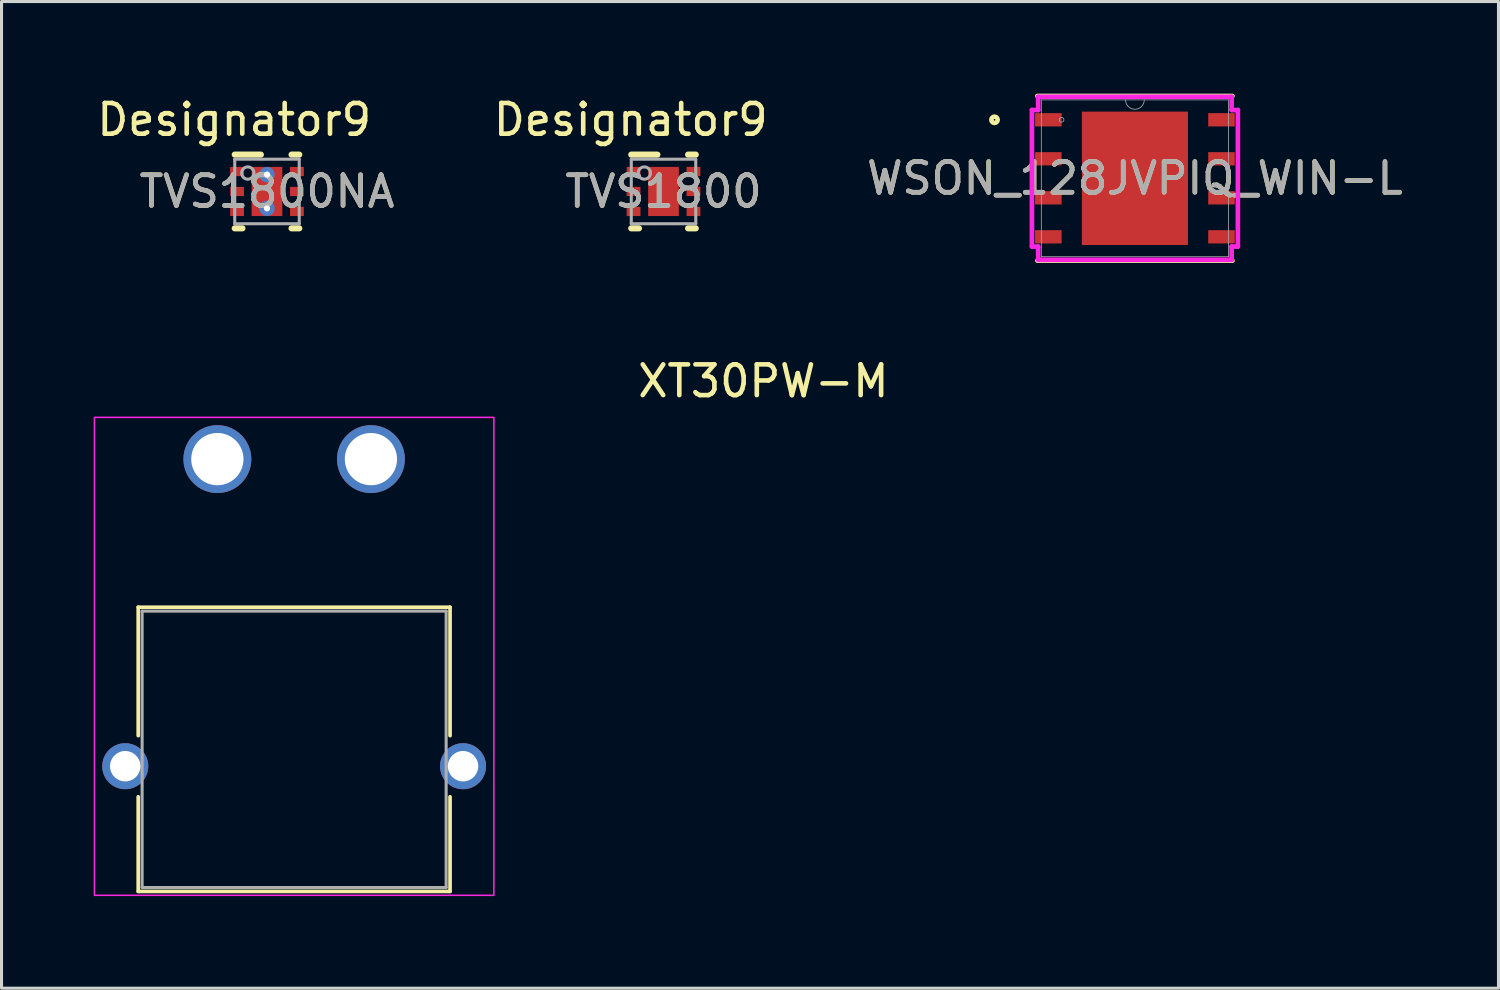
<source format=kicad_pcb>
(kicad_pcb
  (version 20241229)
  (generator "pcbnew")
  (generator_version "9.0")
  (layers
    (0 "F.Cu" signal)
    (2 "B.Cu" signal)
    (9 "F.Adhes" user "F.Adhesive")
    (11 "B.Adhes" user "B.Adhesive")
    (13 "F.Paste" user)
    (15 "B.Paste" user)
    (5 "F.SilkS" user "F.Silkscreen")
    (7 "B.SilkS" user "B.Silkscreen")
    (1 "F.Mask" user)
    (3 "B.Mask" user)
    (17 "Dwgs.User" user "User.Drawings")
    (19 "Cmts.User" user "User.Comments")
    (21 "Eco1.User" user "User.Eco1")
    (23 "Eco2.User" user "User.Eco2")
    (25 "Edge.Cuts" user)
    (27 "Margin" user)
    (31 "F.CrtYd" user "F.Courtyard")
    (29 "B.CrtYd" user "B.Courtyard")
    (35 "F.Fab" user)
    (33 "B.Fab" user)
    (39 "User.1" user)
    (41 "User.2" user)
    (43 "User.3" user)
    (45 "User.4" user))
  (footprint "TVS1800"
    (layer "F.Cu")
    (at 18.556 3.185)
    (property "Reference" "TVS1800" (at 0 0 0) (unlocked yes) (layer "F.SilkS") (effects (font (size 1 1) (thickness 0.15))))
    (attr smd)
    (fp_line (start -1.05 -1.2) (end -0.2 -1.2) (stroke (width 0.2) (type solid)) (layer "F.SilkS"))
    (fp_line (start -1.05 1.2) (end -0.8 1.2) (stroke (width 0.2) (type solid)) (layer "F.SilkS"))
    (fp_line (start 0.8 -1.2) (end 1.05 -1.2) (stroke (width 0.2) (type solid)) (layer "F.SilkS"))
    (fp_line (start 0.8 1.2) (end 1.05 1.2) (stroke (width 0.2) (type solid)) (layer "F.SilkS"))
    (fp_poly (pts (xy -0.5 -0.149) (xy -0.5 -0.751) (xy -0.499 -0.761) (xy -0.496 -0.77) (xy -0.492 -0.778) (xy -0.486 -0.786) (xy -0.478 -0.792) (xy -0.47 -0.796) (xy -0.461 -0.799) (xy -0.451 -0.8) (xy 0.451 -0.8) (xy 0.461 -0.799) (xy 0.47 -0.796) (xy 0.478 -0.792) (xy 0.486 -0.786) (xy 0.492 -0.778) (xy 0.496 -0.77) (xy 0.499 -0.761) (xy 0.5 -0.751) (xy 0.5 -0.149) (xy 0.499 -0.139) (xy 0.496 -0.13) (xy 0.492 -0.122) (xy 0.486 -0.114) (xy 0.478 -0.108) (xy 0.47 -0.104) (xy 0.461 -0.101) (xy 0.451 -0.1) (xy -0.451 -0.1) (xy -0.461 -0.101) (xy -0.47 -0.104) (xy -0.478 -0.108) (xy -0.486 -0.114) (xy -0.492 -0.122) (xy -0.496 -0.13) (xy -0.499 -0.139)) (stroke (width 0) (type solid)) (fill yes) (layer "F.Paste"))
    (fp_poly (pts (xy -0.5 0.751) (xy -0.5 0.149) (xy -0.499 0.139) (xy -0.496 0.13) (xy -0.492 0.122) (xy -0.486 0.114) (xy -0.478 0.108) (xy -0.47 0.104) (xy -0.461 0.101) (xy -0.451 0.1) (xy 0.451 0.1) (xy 0.461 0.101) (xy 0.47 0.104) (xy 0.478 0.108) (xy 0.486 0.114) (xy 0.492 0.122) (xy 0.496 0.13) (xy 0.499 0.139) (xy 0.5 0.149) (xy 0.5 0.751) (xy 0.499 0.761) (xy 0.496 0.77) (xy 0.492 0.778) (xy 0.486 0.786) (xy 0.478 0.792) (xy 0.47 0.796) (xy 0.461 0.799) (xy 0.451 0.8) (xy -0.451 0.8) (xy -0.461 0.799) (xy -0.47 0.796) (xy -0.478 0.792) (xy -0.486 0.786) (xy -0.492 0.778) (xy -0.496 0.77) (xy -0.499 0.761)) (stroke (width 0) (type solid)) (fill yes) (layer "F.Paste"))
    (fp_line (start -1.05 -1.05) (end 1.05 -1.05) (stroke (width 0.1) (type solid)) (layer "F.Fab"))
    (fp_line (start -1.05 1.05) (end -1.05 -1.05) (stroke (width 0.1) (type solid)) (layer "F.Fab"))
    (fp_line (start -1.05 1.05) (end 1.05 1.05) (stroke (width 0.1) (type solid)) (layer "F.Fab"))
    (fp_line (start 1.05 1.05) (end 1.05 -1.05) (stroke (width 0.1) (type solid)) (layer "F.Fab"))
    (fp_circle (center -0.625 -0.6) (end -0.425 -0.6) (stroke (width 0.1) (type solid)) (fill no) (layer "F.Fab"))
    (fp_text user "Designator9" (at -1.067 -2.337 0) (unlocked yes) (layer "F.SilkS") (effects (font (size 1 1) (thickness 0.15))))
    (fp_text user "${REFERENCE}" (at 0 0 0) (unlocked yes) (layer "F.Fab") (effects (font (size 1 1) (thickness 0.15))))
    (pad "1" smd rect (at -0.975 -0.65 90) (size 0.3 0.45) (layers "F.Cu" "F.Mask" "F.Paste"))
    (pad "2" smd rect (at -0.975 0 90) (size 0.3 0.45) (layers "F.Cu" "F.Mask" "F.Paste"))
    (pad "3" smd rect (at -0.975 0.65 90) (size 0.3 0.45) (layers "F.Cu" "F.Mask" "F.Paste"))
    (pad "4" smd rect (at 0.975 0.65 90) (size 0.3 0.45) (layers "F.Cu" "F.Mask" "F.Paste"))
    (pad "5" smd rect (at 0.975 0 90) (size 0.3 0.45) (layers "F.Cu" "F.Mask" "F.Paste"))
    (pad "6" smd rect (at 0.975 -0.65 90) (size 0.3 0.45) (layers "F.Cu" "F.Mask" "F.Paste"))
    (pad "7" smd rect (at 0 0) (size 1 1.6) (layers "F.Cu" "F.Mask" "F.Paste")))
  (footprint "TVS1800NA"
    (layer "F.Cu")
    (at 5.644 3.185)
    (property "Reference" "TVS1800NA" (at 0 0 0) (unlocked yes) (layer "F.SilkS") (effects (font (size 1 1) (thickness 0.15))))
    (attr smd)
    (fp_line (start -1.05 -1.2) (end -0.2 -1.2) (stroke (width 0.2) (type solid)) (layer "F.SilkS"))
    (fp_line (start -1.05 1.2) (end -0.8 1.2) (stroke (width 0.2) (type solid)) (layer "F.SilkS"))
    (fp_line (start 0.8 -1.2) (end 1.05 -1.2) (stroke (width 0.2) (type solid)) (layer "F.SilkS"))
    (fp_line (start 0.8 1.2) (end 1.05 1.2) (stroke (width 0.2) (type solid)) (layer "F.SilkS"))
    (fp_poly (pts (xy -0.5 -0.149) (xy -0.5 -0.751) (xy -0.499 -0.761) (xy -0.496 -0.77) (xy -0.492 -0.778) (xy -0.486 -0.786) (xy -0.478 -0.792) (xy -0.47 -0.796) (xy -0.461 -0.799) (xy -0.451 -0.8) (xy 0.451 -0.8) (xy 0.461 -0.799) (xy 0.47 -0.796) (xy 0.478 -0.792) (xy 0.486 -0.786) (xy 0.492 -0.778) (xy 0.496 -0.77) (xy 0.499 -0.761) (xy 0.5 -0.751) (xy 0.5 -0.149) (xy 0.499 -0.139) (xy 0.496 -0.13) (xy 0.492 -0.122) (xy 0.486 -0.114) (xy 0.478 -0.108) (xy 0.47 -0.104) (xy 0.461 -0.101) (xy 0.451 -0.1) (xy -0.451 -0.1) (xy -0.461 -0.101) (xy -0.47 -0.104) (xy -0.478 -0.108) (xy -0.486 -0.114) (xy -0.492 -0.122) (xy -0.496 -0.13) (xy -0.499 -0.139)) (stroke (width 0) (type solid)) (fill yes) (layer "F.Paste"))
    (fp_poly (pts (xy -0.5 0.751) (xy -0.5 0.149) (xy -0.499 0.139) (xy -0.496 0.13) (xy -0.492 0.122) (xy -0.486 0.114) (xy -0.478 0.108) (xy -0.47 0.104) (xy -0.461 0.101) (xy -0.451 0.1) (xy 0.451 0.1) (xy 0.461 0.101) (xy 0.47 0.104) (xy 0.478 0.108) (xy 0.486 0.114) (xy 0.492 0.122) (xy 0.496 0.13) (xy 0.499 0.139) (xy 0.5 0.149) (xy 0.5 0.751) (xy 0.499 0.761) (xy 0.496 0.77) (xy 0.492 0.778) (xy 0.486 0.786) (xy 0.478 0.792) (xy 0.47 0.796) (xy 0.461 0.799) (xy 0.451 0.8) (xy -0.451 0.8) (xy -0.461 0.799) (xy -0.47 0.796) (xy -0.478 0.792) (xy -0.486 0.786) (xy -0.492 0.778) (xy -0.496 0.77) (xy -0.499 0.761)) (stroke (width 0) (type solid)) (fill yes) (layer "F.Paste"))
    (fp_line (start -1.05 -1.05) (end 1.05 -1.05) (stroke (width 0.1) (type solid)) (layer "F.Fab"))
    (fp_line (start -1.05 1.05) (end -1.05 -1.05) (stroke (width 0.1) (type solid)) (layer "F.Fab"))
    (fp_line (start -1.05 1.05) (end 1.05 1.05) (stroke (width 0.1) (type solid)) (layer "F.Fab"))
    (fp_line (start 1.05 1.05) (end 1.05 -1.05) (stroke (width 0.1) (type solid)) (layer "F.Fab"))
    (fp_circle (center -0.625 -0.6) (end -0.425 -0.6) (stroke (width 0.1) (type solid)) (fill no) (layer "F.Fab"))
    (fp_text user "Designator9" (at -1.067 -2.337 0) (unlocked yes) (layer "F.SilkS") (effects (font (size 1 1) (thickness 0.15))))
    (fp_text user "${REFERENCE}" (at 0 0 0) (unlocked yes) (layer "F.Fab") (effects (font (size 1 1) (thickness 0.15))))
    (pad "1" smd rect (at -0.975 -0.65 90) (size 0.3 0.45) (layers "F.Cu" "F.Mask" "F.Paste"))
    (pad "2" smd rect (at -0.975 0 90) (size 0.3 0.45) (layers "F.Cu" "F.Mask" "F.Paste"))
    (pad "3" smd rect (at -0.975 0.65 90) (size 0.3 0.45) (layers "F.Cu" "F.Mask" "F.Paste"))
    (pad "4" smd rect (at 0.975 0.65 90) (size 0.3 0.45) (layers "F.Cu" "F.Mask" "F.Paste"))
    (pad "5" smd rect (at 0.975 0 90) (size 0.3 0.45) (layers "F.Cu" "F.Mask" "F.Paste"))
    (pad "6" smd rect (at 0.975 -0.65 90) (size 0.3 0.45) (layers "F.Cu" "F.Mask" "F.Paste"))
    (pad "7" smd rect (at 0 0) (size 1 1.6) (layers "F.Cu" "F.Mask" "F.Paste"))
    (pad "V" thru_hole circle (at 0 -0.55) (size 0.5 0.5) (drill 0.203) (layers "*.Cu" "*.Mask"))
    (pad "V" thru_hole circle (at 0 0.55) (size 0.5 0.5) (drill 0.203) (layers "*.Cu" "*.Mask")))
  (footprint "WSON_128JVPIQ_WIN-L"
    (layer "F.Cu")
    (at 33.906 2.756)
    (property "Reference" "WSON_128JVPIQ_WIN-L" (at 0 0 0) (unlocked yes) (layer "F.SilkS") (effects (font (size 1 1) (thickness 0.15))))
    (attr smd)
    (fp_line (start -3.175 2.68) (end 3.175 2.68) (stroke (width 0.152) (type solid)) (layer "F.SilkS"))
    (fp_line (start 3.175 -2.68) (end -3.175 -2.68) (stroke (width 0.152) (type solid)) (layer "F.SilkS"))
    (fp_circle (center -4.572 -1.905) (end -4.47 -1.905) (stroke (width 0.152) (type solid)) (fill no) (layer "F.SilkS"))
    (fp_poly (pts (xy -1.627 -2.072) (xy -1.627 -0.824) (xy -0.1 -0.824) (xy -0.1 -2.072)) (stroke (width 0) (type solid)) (fill yes) (layer "F.Paste"))
    (fp_poly (pts (xy -1.627 -0.624) (xy -1.627 0.624) (xy -0.1 0.624) (xy -0.1 -0.624)) (stroke (width 0) (type solid)) (fill yes) (layer "F.Paste"))
    (fp_poly (pts (xy -1.627 0.824) (xy -1.627 2.072) (xy -0.1 2.072) (xy -0.1 0.824)) (stroke (width 0) (type solid)) (fill yes) (layer "F.Paste"))
    (fp_poly (pts (xy 0.1 -2.072) (xy 0.1 -0.824) (xy 1.627 -0.824) (xy 1.627 -2.072)) (stroke (width 0) (type solid)) (fill yes) (layer "F.Paste"))
    (fp_poly (pts (xy 0.1 -0.624) (xy 0.1 0.624) (xy 1.627 0.624) (xy 1.627 -0.624)) (stroke (width 0) (type solid)) (fill yes) (layer "F.Paste"))
    (fp_poly (pts (xy 0.1 0.824) (xy 0.1 2.072) (xy 1.627 2.072) (xy 1.627 0.824)) (stroke (width 0) (type solid)) (fill yes) (layer "F.Paste"))
    (fp_line (start -3.353 -2.223) (end -3.15 -2.223) (stroke (width 0.152) (type solid)) (layer "F.CrtYd"))
    (fp_line (start -3.353 2.223) (end -3.353 -2.223) (stroke (width 0.152) (type solid)) (layer "F.CrtYd"))
    (fp_line (start -3.353 2.223) (end -3.15 2.223) (stroke (width 0.152) (type solid)) (layer "F.CrtYd"))
    (fp_line (start -3.15 -2.654) (end 3.15 -2.654) (stroke (width 0.152) (type solid)) (layer "F.CrtYd"))
    (fp_line (start -3.15 -2.223) (end -3.15 -2.654) (stroke (width 0.152) (type solid)) (layer "F.CrtYd"))
    (fp_line (start -3.15 2.654) (end -3.15 2.223) (stroke (width 0.152) (type solid)) (layer "F.CrtYd"))
    (fp_line (start 3.15 -2.654) (end 3.15 -2.223) (stroke (width 0.152) (type solid)) (layer "F.CrtYd"))
    (fp_line (start 3.15 2.223) (end 3.15 2.654) (stroke (width 0.152) (type solid)) (layer "F.CrtYd"))
    (fp_line (start 3.15 2.654) (end -3.15 2.654) (stroke (width 0.152) (type solid)) (layer "F.CrtYd"))
    (fp_line (start 3.353 -2.223) (end 3.15 -2.223) (stroke (width 0.152) (type solid)) (layer "F.CrtYd"))
    (fp_line (start 3.353 -2.223) (end 3.353 2.223) (stroke (width 0.152) (type solid)) (layer "F.CrtYd"))
    (fp_line (start 3.353 2.223) (end 3.15 2.223) (stroke (width 0.152) (type solid)) (layer "F.CrtYd"))
    (fp_line (start -3.048 -2.553) (end -3.048 2.553) (stroke (width 0.025) (type solid)) (layer "F.Fab"))
    (fp_line (start -3.048 2.553) (end 3.048 2.553) (stroke (width 0.025) (type solid)) (layer "F.Fab"))
    (fp_line (start 3.048 -2.553) (end -3.048 -2.553) (stroke (width 0.025) (type solid)) (layer "F.Fab"))
    (fp_line (start 3.048 2.553) (end 3.048 -2.553) (stroke (width 0.025) (type solid)) (layer "F.Fab"))
    (fp_arc (start 0.3048 -2.5527) (mid 0 -2.2479) (end -0.3048 -2.5527) (stroke (width 0.0254) (type solid)) (layer "F.Fab"))
    (fp_circle (center -2.388 -1.905) (end -2.311 -1.905) (stroke (width 0.025) (type solid)) (fill no) (layer "F.Fab"))
    (fp_text user "${REFERENCE}" (at 0 0 0) (unlocked yes) (layer "F.Fab") (effects (font (size 1 1) (thickness 0.15))))
    (pad "1" smd rect (at -2.819 -1.905) (size 0.864 0.432) (layers "F.Cu" "F.Mask" "F.Paste"))
    (pad "2" smd rect (at -2.819 -0.635) (size 0.864 0.432) (layers "F.Cu" "F.Mask" "F.Paste"))
    (pad "3" smd rect (at -2.819 0.635) (size 0.864 0.432) (layers "F.Cu" "F.Mask" "F.Paste"))
    (pad "4" smd rect (at -2.819 1.905) (size 0.864 0.432) (layers "F.Cu" "F.Mask" "F.Paste"))
    (pad "5" smd rect (at 2.819 1.905) (size 0.864 0.432) (layers "F.Cu" "F.Mask" "F.Paste"))
    (pad "6" smd rect (at 2.819 0.635) (size 0.864 0.432) (layers "F.Cu" "F.Mask" "F.Paste"))
    (pad "7" smd rect (at 2.819 -0.635) (size 0.864 0.432) (layers "F.Cu" "F.Mask" "F.Paste"))
    (pad "8" smd rect (at 2.819 -1.905) (size 0.864 0.432) (layers "F.Cu" "F.Mask" "F.Paste"))
    (pad "9" smd rect (at 0 0) (size 3.454 4.343) (layers "F.Cu" "F.Mask" "F.Paste")))
  (footprint "XT30PW-M"
    (layer "F.Cu")
    (at 4.028 11.9)
    (property "Reference" "XT30PW-M" (at 17.78 -2.54 0) (layer "F.SilkS") (effects (font (size 1 1) (thickness 0.15))))
    (attr through_hole)
    (fp_line (start -2.577 4.823) (end -2.577 9.004) (stroke (width 0.12) (type solid)) (layer "F.SilkS"))
    (fp_line (start -2.577 10.996) (end -2.577 14.077) (stroke (width 0.12) (type solid)) (layer "F.SilkS"))
    (fp_line (start -2.577 14.077) (end 7.577 14.077) (stroke (width 0.12) (type solid)) (layer "F.SilkS"))
    (fp_line (start 7.577 4.823) (end -2.577 4.823) (stroke (width 0.12) (type solid)) (layer "F.SilkS"))
    (fp_line (start 7.577 9.004) (end 7.577 4.823) (stroke (width 0.12) (type solid)) (layer "F.SilkS"))
    (fp_line (start 7.577 14.077) (end 7.577 10.996) (stroke (width 0.12) (type solid)) (layer "F.SilkS"))
    (fp_rect (start 9.003 14.204) (end -4.003 -1.359) (stroke (width 0.05) (type default)) (fill no) (layer "F.CrtYd"))
    (fp_line (start -2.45 4.95) (end -2.45 13.95) (stroke (width 0.1) (type solid)) (layer "F.Fab"))
    (fp_line (start -2.45 13.95) (end 7.45 13.95) (stroke (width 0.1) (type solid)) (layer "F.Fab"))
    (fp_line (start 7.45 4.95) (end -2.45 4.95) (stroke (width 0.1) (type solid)) (layer "F.Fab"))
    (fp_line (start 7.45 13.95) (end 7.45 4.95) (stroke (width 0.1) (type solid)) (layer "F.Fab"))
    (fp_text user "*" (at 0 0 0) (layer "F.Fab") (effects (font (size 1 1) (thickness 0.15))))
    (pad "1" thru_hole circle (at 0 0) (size 2.21 2.21) (drill 1.702) (layers "*.Cu" "*.Mask"))
    (pad "2" thru_hole circle (at 5 0) (size 2.21 2.21) (drill 1.702) (layers "*.Cu" "*.Mask"))
    (pad "3" thru_hole circle (at -3 10) (size 1.499 1.499) (drill 0.991) (layers "*.Cu" "*.Mask"))
    (pad "4" thru_hole circle (at 8 10) (size 1.499 1.499) (drill 0.991) (layers "*.Cu" "*.Mask")))
  (gr_rect
    (start -3 -3)
    (end 45.745 29.129)
    (stroke (width 0.1) (type default))
    (fill no)
    (layer "Edge.Cuts")))
</source>
